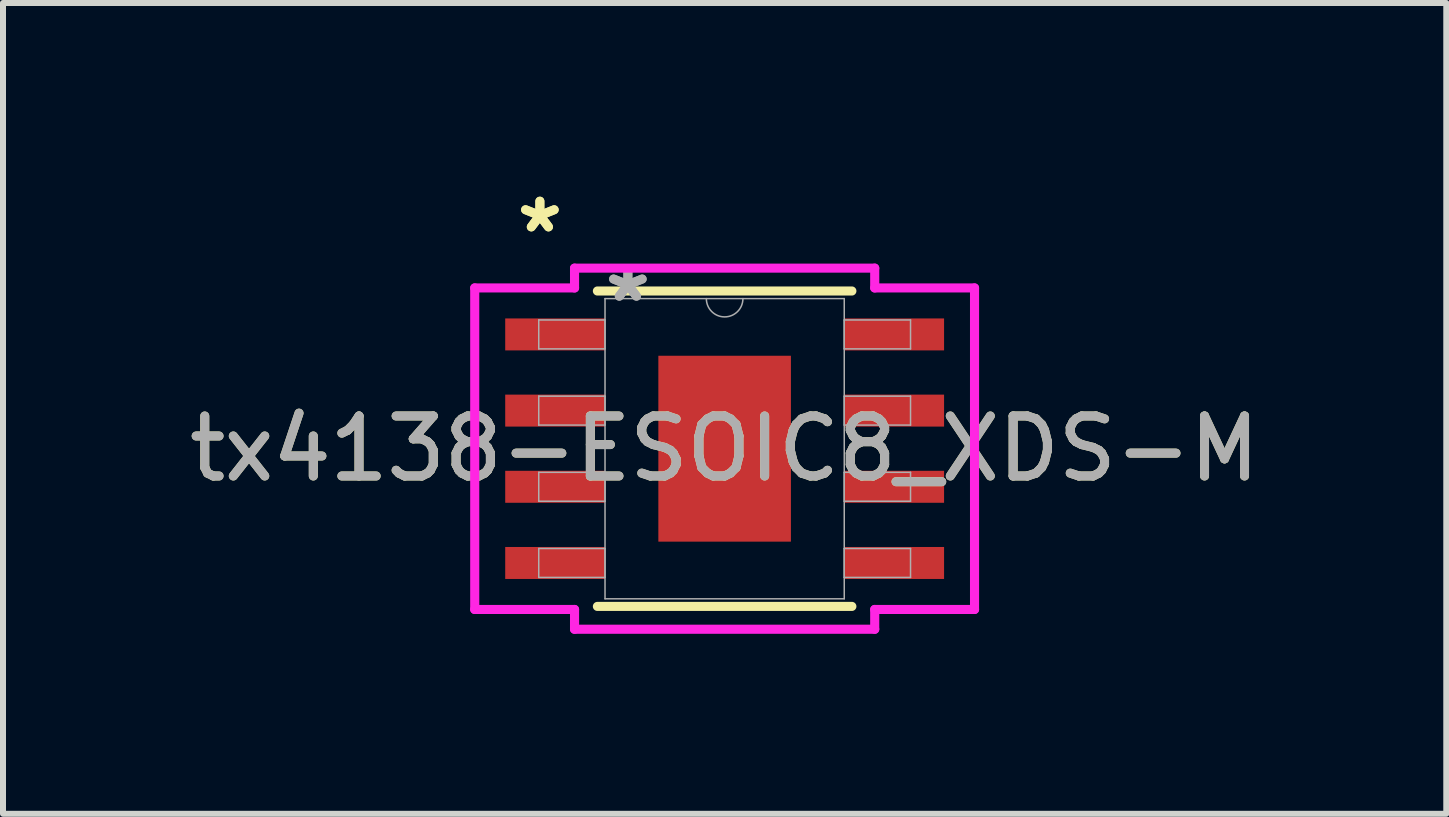
<source format=kicad_pcb>
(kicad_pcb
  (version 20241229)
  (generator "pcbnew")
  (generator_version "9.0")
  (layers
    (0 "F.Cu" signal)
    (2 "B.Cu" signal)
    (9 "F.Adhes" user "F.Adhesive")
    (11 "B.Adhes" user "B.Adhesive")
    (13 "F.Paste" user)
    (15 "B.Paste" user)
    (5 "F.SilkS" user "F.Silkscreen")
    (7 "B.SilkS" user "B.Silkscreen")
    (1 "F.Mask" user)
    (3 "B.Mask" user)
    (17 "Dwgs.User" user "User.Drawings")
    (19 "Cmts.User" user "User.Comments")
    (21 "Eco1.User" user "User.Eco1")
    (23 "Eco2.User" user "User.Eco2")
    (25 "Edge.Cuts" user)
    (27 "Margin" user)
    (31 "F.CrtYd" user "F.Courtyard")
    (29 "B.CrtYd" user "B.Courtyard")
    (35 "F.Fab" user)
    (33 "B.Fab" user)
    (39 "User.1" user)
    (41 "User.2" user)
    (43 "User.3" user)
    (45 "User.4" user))
  (footprint "tx4138-ESOIC8_XDS-M"
    (layer "F.Cu")
    (at 9.03 4.43)
    (property "Reference" "tx4138-ESOIC8_XDS-M" (at 0 0 0) (unlocked yes) (layer "F.SilkS") (effects (font (size 1 1) (thickness 0.15))))
    (attr smd)
    (fp_line (start -2.121 2.629) (end 2.121 2.629) (stroke (width 0.152) (type solid)) (layer "F.SilkS"))
    (fp_line (start 2.121 -2.629) (end -2.121 -2.629) (stroke (width 0.152) (type solid)) (layer "F.SilkS"))
    (fp_poly (pts (xy -1.005 -1.449) (xy -1.005 -0.1) (xy 1.005 -0.1) (xy 1.005 -1.449)) (stroke (width 0) (type solid)) (fill yes) (layer "F.Paste"))
    (fp_poly (pts (xy -1.005 0.1) (xy -1.005 1.449) (xy 1.005 1.449) (xy 1.005 0.1)) (stroke (width 0) (type solid)) (fill yes) (layer "F.Paste"))
    (fp_line (start -4.166 -2.68) (end -2.502 -2.68) (stroke (width 0.152) (type solid)) (layer "F.CrtYd"))
    (fp_line (start -4.166 2.68) (end -4.166 -2.68) (stroke (width 0.152) (type solid)) (layer "F.CrtYd"))
    (fp_line (start -4.166 2.68) (end -2.502 2.68) (stroke (width 0.152) (type solid)) (layer "F.CrtYd"))
    (fp_line (start -2.502 -3.01) (end 2.502 -3.01) (stroke (width 0.152) (type solid)) (layer "F.CrtYd"))
    (fp_line (start -2.502 -2.68) (end -2.502 -3.01) (stroke (width 0.152) (type solid)) (layer "F.CrtYd"))
    (fp_line (start -2.502 3.01) (end -2.502 2.68) (stroke (width 0.152) (type solid)) (layer "F.CrtYd"))
    (fp_line (start 2.502 -3.01) (end 2.502 -2.68) (stroke (width 0.152) (type solid)) (layer "F.CrtYd"))
    (fp_line (start 2.502 2.68) (end 2.502 3.01) (stroke (width 0.152) (type solid)) (layer "F.CrtYd"))
    (fp_line (start 2.502 3.01) (end -2.502 3.01) (stroke (width 0.152) (type solid)) (layer "F.CrtYd"))
    (fp_line (start 4.166 -2.68) (end 2.502 -2.68) (stroke (width 0.152) (type solid)) (layer "F.CrtYd"))
    (fp_line (start 4.166 -2.68) (end 4.166 2.68) (stroke (width 0.152) (type solid)) (layer "F.CrtYd"))
    (fp_line (start 4.166 2.68) (end 2.502 2.68) (stroke (width 0.152) (type solid)) (layer "F.CrtYd"))
    (fp_line (start -3.099 -2.146) (end -3.099 -1.664) (stroke (width 0.025) (type solid)) (layer "F.Fab"))
    (fp_line (start -3.099 -1.664) (end -1.994 -1.664) (stroke (width 0.025) (type solid)) (layer "F.Fab"))
    (fp_line (start -3.099 -0.876) (end -3.099 -0.394) (stroke (width 0.025) (type solid)) (layer "F.Fab"))
    (fp_line (start -3.099 -0.394) (end -1.994 -0.394) (stroke (width 0.025) (type solid)) (layer "F.Fab"))
    (fp_line (start -3.099 0.394) (end -3.099 0.876) (stroke (width 0.025) (type solid)) (layer "F.Fab"))
    (fp_line (start -3.099 0.876) (end -1.994 0.876) (stroke (width 0.025) (type solid)) (layer "F.Fab"))
    (fp_line (start -3.099 1.664) (end -3.099 2.146) (stroke (width 0.025) (type solid)) (layer "F.Fab"))
    (fp_line (start -3.099 2.146) (end -1.994 2.146) (stroke (width 0.025) (type solid)) (layer "F.Fab"))
    (fp_line (start -1.994 -2.502) (end -1.994 2.502) (stroke (width 0.025) (type solid)) (layer "F.Fab"))
    (fp_line (start -1.994 -2.146) (end -3.099 -2.146) (stroke (width 0.025) (type solid)) (layer "F.Fab"))
    (fp_line (start -1.994 -1.664) (end -1.994 -2.146) (stroke (width 0.025) (type solid)) (layer "F.Fab"))
    (fp_line (start -1.994 -0.876) (end -3.099 -0.876) (stroke (width 0.025) (type solid)) (layer "F.Fab"))
    (fp_line (start -1.994 -0.394) (end -1.994 -0.876) (stroke (width 0.025) (type solid)) (layer "F.Fab"))
    (fp_line (start -1.994 0.394) (end -3.099 0.394) (stroke (width 0.025) (type solid)) (layer "F.Fab"))
    (fp_line (start -1.994 0.876) (end -1.994 0.394) (stroke (width 0.025) (type solid)) (layer "F.Fab"))
    (fp_line (start -1.994 1.664) (end -3.099 1.664) (stroke (width 0.025) (type solid)) (layer "F.Fab"))
    (fp_line (start -1.994 2.146) (end -1.994 1.664) (stroke (width 0.025) (type solid)) (layer "F.Fab"))
    (fp_line (start -1.994 2.502) (end 1.994 2.502) (stroke (width 0.025) (type solid)) (layer "F.Fab"))
    (fp_line (start 1.994 -2.502) (end -1.994 -2.502) (stroke (width 0.025) (type solid)) (layer "F.Fab"))
    (fp_line (start 1.994 -2.146) (end 1.994 -1.664) (stroke (width 0.025) (type solid)) (layer "F.Fab"))
    (fp_line (start 1.994 -1.664) (end 3.099 -1.664) (stroke (width 0.025) (type solid)) (layer "F.Fab"))
    (fp_line (start 1.994 -0.876) (end 1.994 -0.394) (stroke (width 0.025) (type solid)) (layer "F.Fab"))
    (fp_line (start 1.994 -0.394) (end 3.099 -0.394) (stroke (width 0.025) (type solid)) (layer "F.Fab"))
    (fp_line (start 1.994 0.394) (end 1.994 0.876) (stroke (width 0.025) (type solid)) (layer "F.Fab"))
    (fp_line (start 1.994 0.876) (end 3.099 0.876) (stroke (width 0.025) (type solid)) (layer "F.Fab"))
    (fp_line (start 1.994 1.664) (end 1.994 2.146) (stroke (width 0.025) (type solid)) (layer "F.Fab"))
    (fp_line (start 1.994 2.146) (end 3.099 2.146) (stroke (width 0.025) (type solid)) (layer "F.Fab"))
    (fp_line (start 1.994 2.502) (end 1.994 -2.502) (stroke (width 0.025) (type solid)) (layer "F.Fab"))
    (fp_line (start 3.099 -2.146) (end 1.994 -2.146) (stroke (width 0.025) (type solid)) (layer "F.Fab"))
    (fp_line (start 3.099 -1.664) (end 3.099 -2.146) (stroke (width 0.025) (type solid)) (layer "F.Fab"))
    (fp_line (start 3.099 -0.876) (end 1.994 -0.876) (stroke (width 0.025) (type solid)) (layer "F.Fab"))
    (fp_line (start 3.099 -0.394) (end 3.099 -0.876) (stroke (width 0.025) (type solid)) (layer "F.Fab"))
    (fp_line (start 3.099 0.394) (end 1.994 0.394) (stroke (width 0.025) (type solid)) (layer "F.Fab"))
    (fp_line (start 3.099 0.876) (end 3.099 0.394) (stroke (width 0.025) (type solid)) (layer "F.Fab"))
    (fp_line (start 3.099 1.664) (end 1.994 1.664) (stroke (width 0.025) (type solid)) (layer "F.Fab"))
    (fp_line (start 3.099 2.146) (end 3.099 1.664) (stroke (width 0.025) (type solid)) (layer "F.Fab"))
    (fp_arc (start 0.3048 -2.5019) (mid 0 -2.1971) (end -0.3048 -2.5019) (stroke (width 0.0254) (type solid)) (layer "F.Fab"))
    (fp_text user "*" (at -3.08 -3.581 0) (layer "F.SilkS") (effects (font (size 1 1) (thickness 0.15))))
    (fp_text user "*" (at -3.08 -3.581 0) (unlocked yes) (layer "F.SilkS") (effects (font (size 1 1) (thickness 0.15))))
    (fp_text user "*" (at -1.613 -2.426 0) (unlocked yes) (layer "F.Fab") (effects (font (size 1 1) (thickness 0.15))))
    (fp_text user "${REFERENCE}" (at 0 0 0) (unlocked yes) (layer "F.Fab") (effects (font (size 1 1) (thickness 0.15))))
    (fp_text user "*" (at -1.613 -2.426 0) (layer "F.Fab") (effects (font (size 1 1) (thickness 0.15))))
    (pad "1" smd rect (at -2.826 -1.905) (size 1.664 0.533) (layers "F.Cu" "F.Mask" "F.Paste"))
    (pad "2" smd rect (at -2.826 -0.635) (size 1.664 0.533) (layers "F.Cu" "F.Mask" "F.Paste"))
    (pad "3" smd rect (at -2.826 0.635) (size 1.664 0.533) (layers "F.Cu" "F.Mask" "F.Paste"))
    (pad "4" smd rect (at -2.826 1.905) (size 1.664 0.533) (layers "F.Cu" "F.Mask" "F.Paste"))
    (pad "5" smd rect (at 2.826 1.905) (size 1.664 0.533) (layers "F.Cu" "F.Mask" "F.Paste"))
    (pad "6" smd rect (at 2.826 0.635) (size 1.664 0.533) (layers "F.Cu" "F.Mask" "F.Paste"))
    (pad "7" smd rect (at 2.826 -0.635) (size 1.664 0.533) (layers "F.Cu" "F.Mask" "F.Paste"))
    (pad "8" smd rect (at 2.826 -1.905) (size 1.664 0.533) (layers "F.Cu" "F.Mask" "F.Paste"))
    (pad "EPAD" smd rect (at 0 0) (size 2.21 3.099) (layers "F.Cu" "F.Mask")))
  (gr_rect
    (start -3 -3)
    (end 21.06 10.516)
    (stroke (width 0.1) (type default))
    (fill no)
    (layer "Edge.Cuts")))
</source>
